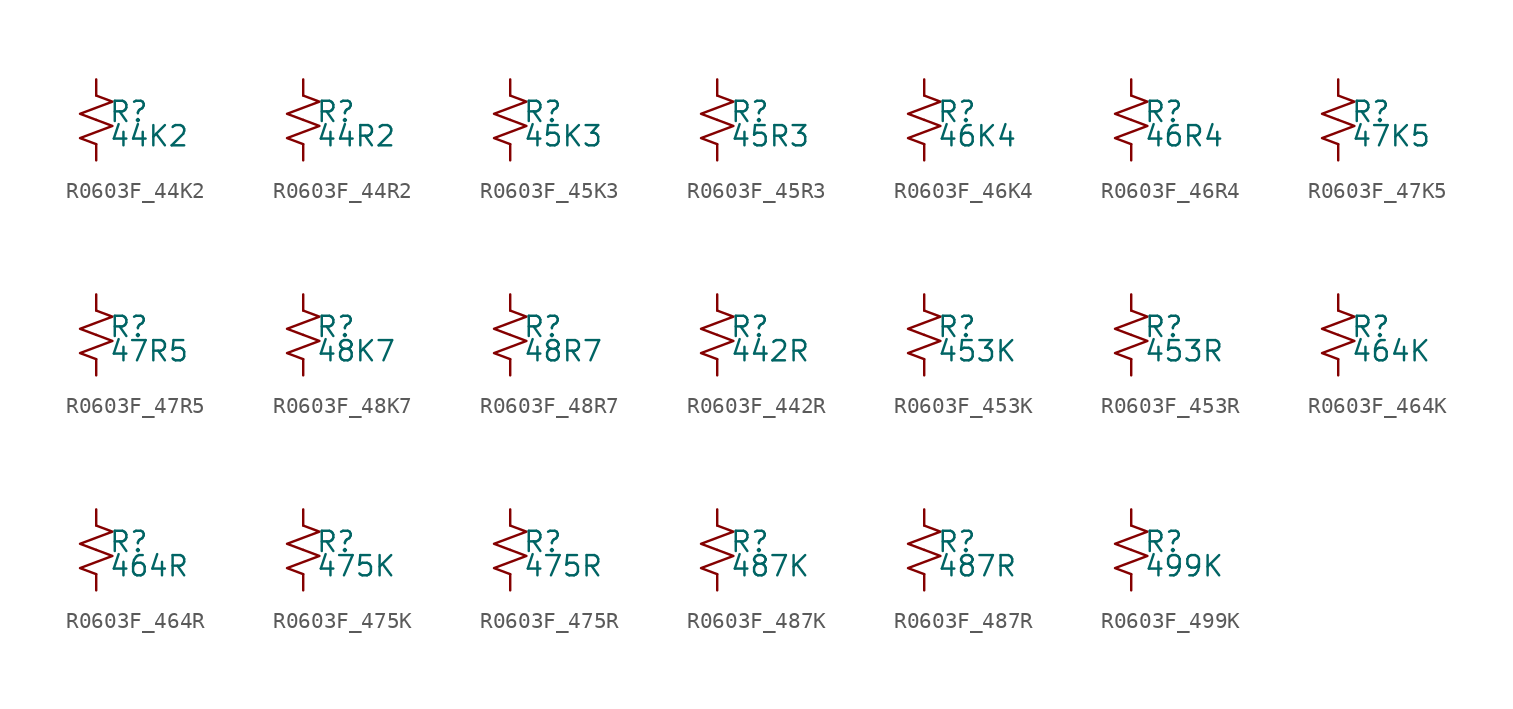
<source format=kicad_sym>
(kicad_symbol_lib
  (version 20220914)
  (generator kicad_symbol_editor)
  (symbol "R0603F_44K2"
    (pin_numbers hide)
    (pin_names
      (offset 0.254) hide)
    (property "Reference" "R"
      (at 0.762 0.508 0)
      (effects (font (size 1.27 1.27)) (justify left)))
    (property "Value" "44K2"
      (at 0.762 -1.016 0)
      (effects (font (size 1.27 1.27)) (justify left)))
    (symbol "R0603F_44K2_1_1"
      (polyline (pts (xy 0 0) (xy 1.016 -0.381) (xy 0 -0.762) (xy -1.016 -1.143) (xy 0 -1.524)) (stroke (width 0) (type default)) (fill (type none)))
      (polyline (pts (xy 0 1.524) (xy 1.016 1.143) (xy 0 0.762) (xy -1.016 0.381) (xy 0 0)) (stroke (width 0) (type default)) (fill (type none)))
      (pin passive line (at 0 2.54 270) (length 1.016) (name "~" (effects (font (size 1.27 1.27)))) (number "1" (effects (font (size 1.27 1.27)))))
      (pin passive line (at 0 -2.54 90) (length 1.016) (name "~" (effects (font (size 1.27 1.27)))) (number "2" (effects (font (size 1.27 1.27)))))))
  (symbol "R0603F_44R2"
    (pin_numbers hide)
    (pin_names
      (offset 0.254) hide)
    (property "Reference" "R"
      (at 0.762 0.508 0)
      (effects (font (size 1.27 1.27)) (justify left)))
    (property "Value" "44R2"
      (at 0.762 -1.016 0)
      (effects (font (size 1.27 1.27)) (justify left)))
    (symbol "R0603F_44R2_1_1"
      (polyline (pts (xy 0 0) (xy 1.016 -0.381) (xy 0 -0.762) (xy -1.016 -1.143) (xy 0 -1.524)) (stroke (width 0) (type default)) (fill (type none)))
      (polyline (pts (xy 0 1.524) (xy 1.016 1.143) (xy 0 0.762) (xy -1.016 0.381) (xy 0 0)) (stroke (width 0) (type default)) (fill (type none)))
      (pin passive line (at 0 2.54 270) (length 1.016) (name "~" (effects (font (size 1.27 1.27)))) (number "1" (effects (font (size 1.27 1.27)))))
      (pin passive line (at 0 -2.54 90) (length 1.016) (name "~" (effects (font (size 1.27 1.27)))) (number "2" (effects (font (size 1.27 1.27)))))))
  (symbol "R0603F_45K3"
    (pin_numbers hide)
    (pin_names
      (offset 0.254) hide)
    (property "Reference" "R"
      (at 0.762 0.508 0)
      (effects (font (size 1.27 1.27)) (justify left)))
    (property "Value" "45K3"
      (at 0.762 -1.016 0)
      (effects (font (size 1.27 1.27)) (justify left)))
    (symbol "R0603F_45K3_1_1"
      (polyline (pts (xy 0 0) (xy 1.016 -0.381) (xy 0 -0.762) (xy -1.016 -1.143) (xy 0 -1.524)) (stroke (width 0) (type default)) (fill (type none)))
      (polyline (pts (xy 0 1.524) (xy 1.016 1.143) (xy 0 0.762) (xy -1.016 0.381) (xy 0 0)) (stroke (width 0) (type default)) (fill (type none)))
      (pin passive line (at 0 2.54 270) (length 1.016) (name "~" (effects (font (size 1.27 1.27)))) (number "1" (effects (font (size 1.27 1.27)))))
      (pin passive line (at 0 -2.54 90) (length 1.016) (name "~" (effects (font (size 1.27 1.27)))) (number "2" (effects (font (size 1.27 1.27)))))))
  (symbol "R0603F_45R3"
    (pin_numbers hide)
    (pin_names
      (offset 0.254) hide)
    (property "Reference" "R"
      (at 0.762 0.508 0)
      (effects (font (size 1.27 1.27)) (justify left)))
    (property "Value" "45R3"
      (at 0.762 -1.016 0)
      (effects (font (size 1.27 1.27)) (justify left)))
    (symbol "R0603F_45R3_1_1"
      (polyline (pts (xy 0 0) (xy 1.016 -0.381) (xy 0 -0.762) (xy -1.016 -1.143) (xy 0 -1.524)) (stroke (width 0) (type default)) (fill (type none)))
      (polyline (pts (xy 0 1.524) (xy 1.016 1.143) (xy 0 0.762) (xy -1.016 0.381) (xy 0 0)) (stroke (width 0) (type default)) (fill (type none)))
      (pin passive line (at 0 2.54 270) (length 1.016) (name "~" (effects (font (size 1.27 1.27)))) (number "1" (effects (font (size 1.27 1.27)))))
      (pin passive line (at 0 -2.54 90) (length 1.016) (name "~" (effects (font (size 1.27 1.27)))) (number "2" (effects (font (size 1.27 1.27)))))))
  (symbol "R0603F_46K4"
    (pin_numbers hide)
    (pin_names
      (offset 0.254) hide)
    (property "Reference" "R"
      (at 0.762 0.508 0)
      (effects (font (size 1.27 1.27)) (justify left)))
    (property "Value" "46K4"
      (at 0.762 -1.016 0)
      (effects (font (size 1.27 1.27)) (justify left)))
    (symbol "R0603F_46K4_1_1"
      (polyline (pts (xy 0 0) (xy 1.016 -0.381) (xy 0 -0.762) (xy -1.016 -1.143) (xy 0 -1.524)) (stroke (width 0) (type default)) (fill (type none)))
      (polyline (pts (xy 0 1.524) (xy 1.016 1.143) (xy 0 0.762) (xy -1.016 0.381) (xy 0 0)) (stroke (width 0) (type default)) (fill (type none)))
      (pin passive line (at 0 2.54 270) (length 1.016) (name "~" (effects (font (size 1.27 1.27)))) (number "1" (effects (font (size 1.27 1.27)))))
      (pin passive line (at 0 -2.54 90) (length 1.016) (name "~" (effects (font (size 1.27 1.27)))) (number "2" (effects (font (size 1.27 1.27)))))))
  (symbol "R0603F_46R4"
    (pin_numbers hide)
    (pin_names
      (offset 0.254) hide)
    (property "Reference" "R"
      (at 0.762 0.508 0)
      (effects (font (size 1.27 1.27)) (justify left)))
    (property "Value" "46R4"
      (at 0.762 -1.016 0)
      (effects (font (size 1.27 1.27)) (justify left)))
    (symbol "R0603F_46R4_1_1"
      (polyline (pts (xy 0 0) (xy 1.016 -0.381) (xy 0 -0.762) (xy -1.016 -1.143) (xy 0 -1.524)) (stroke (width 0) (type default)) (fill (type none)))
      (polyline (pts (xy 0 1.524) (xy 1.016 1.143) (xy 0 0.762) (xy -1.016 0.381) (xy 0 0)) (stroke (width 0) (type default)) (fill (type none)))
      (pin passive line (at 0 2.54 270) (length 1.016) (name "~" (effects (font (size 1.27 1.27)))) (number "1" (effects (font (size 1.27 1.27)))))
      (pin passive line (at 0 -2.54 90) (length 1.016) (name "~" (effects (font (size 1.27 1.27)))) (number "2" (effects (font (size 1.27 1.27)))))))
  (symbol "R0603F_47K5"
    (pin_numbers hide)
    (pin_names
      (offset 0.254) hide)
    (property "Reference" "R"
      (at 0.762 0.508 0)
      (effects (font (size 1.27 1.27)) (justify left)))
    (property "Value" "47K5"
      (at 0.762 -1.016 0)
      (effects (font (size 1.27 1.27)) (justify left)))
    (symbol "R0603F_47K5_1_1"
      (polyline (pts (xy 0 0) (xy 1.016 -0.381) (xy 0 -0.762) (xy -1.016 -1.143) (xy 0 -1.524)) (stroke (width 0) (type default)) (fill (type none)))
      (polyline (pts (xy 0 1.524) (xy 1.016 1.143) (xy 0 0.762) (xy -1.016 0.381) (xy 0 0)) (stroke (width 0) (type default)) (fill (type none)))
      (pin passive line (at 0 2.54 270) (length 1.016) (name "~" (effects (font (size 1.27 1.27)))) (number "1" (effects (font (size 1.27 1.27)))))
      (pin passive line (at 0 -2.54 90) (length 1.016) (name "~" (effects (font (size 1.27 1.27)))) (number "2" (effects (font (size 1.27 1.27)))))))
  (symbol "R0603F_47R5"
    (pin_numbers hide)
    (pin_names
      (offset 0.254) hide)
    (property "Reference" "R"
      (at 0.762 0.508 0)
      (effects (font (size 1.27 1.27)) (justify left)))
    (property "Value" "47R5"
      (at 0.762 -1.016 0)
      (effects (font (size 1.27 1.27)) (justify left)))
    (symbol "R0603F_47R5_1_1"
      (polyline (pts (xy 0 0) (xy 1.016 -0.381) (xy 0 -0.762) (xy -1.016 -1.143) (xy 0 -1.524)) (stroke (width 0) (type default)) (fill (type none)))
      (polyline (pts (xy 0 1.524) (xy 1.016 1.143) (xy 0 0.762) (xy -1.016 0.381) (xy 0 0)) (stroke (width 0) (type default)) (fill (type none)))
      (pin passive line (at 0 2.54 270) (length 1.016) (name "~" (effects (font (size 1.27 1.27)))) (number "1" (effects (font (size 1.27 1.27)))))
      (pin passive line (at 0 -2.54 90) (length 1.016) (name "~" (effects (font (size 1.27 1.27)))) (number "2" (effects (font (size 1.27 1.27)))))))
  (symbol "R0603F_48K7"
    (pin_numbers hide)
    (pin_names
      (offset 0.254) hide)
    (property "Reference" "R"
      (at 0.762 0.508 0)
      (effects (font (size 1.27 1.27)) (justify left)))
    (property "Value" "48K7"
      (at 0.762 -1.016 0)
      (effects (font (size 1.27 1.27)) (justify left)))
    (symbol "R0603F_48K7_1_1"
      (polyline (pts (xy 0 0) (xy 1.016 -0.381) (xy 0 -0.762) (xy -1.016 -1.143) (xy 0 -1.524)) (stroke (width 0) (type default)) (fill (type none)))
      (polyline (pts (xy 0 1.524) (xy 1.016 1.143) (xy 0 0.762) (xy -1.016 0.381) (xy 0 0)) (stroke (width 0) (type default)) (fill (type none)))
      (pin passive line (at 0 2.54 270) (length 1.016) (name "~" (effects (font (size 1.27 1.27)))) (number "1" (effects (font (size 1.27 1.27)))))
      (pin passive line (at 0 -2.54 90) (length 1.016) (name "~" (effects (font (size 1.27 1.27)))) (number "2" (effects (font (size 1.27 1.27)))))))
  (symbol "R0603F_48R7"
    (pin_numbers hide)
    (pin_names
      (offset 0.254) hide)
    (property "Reference" "R"
      (at 0.762 0.508 0)
      (effects (font (size 1.27 1.27)) (justify left)))
    (property "Value" "48R7"
      (at 0.762 -1.016 0)
      (effects (font (size 1.27 1.27)) (justify left)))
    (symbol "R0603F_48R7_1_1"
      (polyline (pts (xy 0 0) (xy 1.016 -0.381) (xy 0 -0.762) (xy -1.016 -1.143) (xy 0 -1.524)) (stroke (width 0) (type default)) (fill (type none)))
      (polyline (pts (xy 0 1.524) (xy 1.016 1.143) (xy 0 0.762) (xy -1.016 0.381) (xy 0 0)) (stroke (width 0) (type default)) (fill (type none)))
      (pin passive line (at 0 2.54 270) (length 1.016) (name "~" (effects (font (size 1.27 1.27)))) (number "1" (effects (font (size 1.27 1.27)))))
      (pin passive line (at 0 -2.54 90) (length 1.016) (name "~" (effects (font (size 1.27 1.27)))) (number "2" (effects (font (size 1.27 1.27)))))))
  (symbol "R0603F_442R"
    (pin_numbers hide)
    (pin_names
      (offset 0.254) hide)
    (property "Reference" "R"
      (at 0.762 0.508 0)
      (effects (font (size 1.27 1.27)) (justify left)))
    (property "Value" "442R"
      (at 0.762 -1.016 0)
      (effects (font (size 1.27 1.27)) (justify left)))
    (symbol "R0603F_442R_1_1"
      (polyline (pts (xy 0 0) (xy 1.016 -0.381) (xy 0 -0.762) (xy -1.016 -1.143) (xy 0 -1.524)) (stroke (width 0) (type default)) (fill (type none)))
      (polyline (pts (xy 0 1.524) (xy 1.016 1.143) (xy 0 0.762) (xy -1.016 0.381) (xy 0 0)) (stroke (width 0) (type default)) (fill (type none)))
      (pin passive line (at 0 2.54 270) (length 1.016) (name "~" (effects (font (size 1.27 1.27)))) (number "1" (effects (font (size 1.27 1.27)))))
      (pin passive line (at 0 -2.54 90) (length 1.016) (name "~" (effects (font (size 1.27 1.27)))) (number "2" (effects (font (size 1.27 1.27)))))))
  (symbol "R0603F_453K"
    (pin_numbers hide)
    (pin_names
      (offset 0.254) hide)
    (property "Reference" "R"
      (at 0.762 0.508 0)
      (effects (font (size 1.27 1.27)) (justify left)))
    (property "Value" "453K"
      (at 0.762 -1.016 0)
      (effects (font (size 1.27 1.27)) (justify left)))
    (symbol "R0603F_453K_1_1"
      (polyline (pts (xy 0 0) (xy 1.016 -0.381) (xy 0 -0.762) (xy -1.016 -1.143) (xy 0 -1.524)) (stroke (width 0) (type default)) (fill (type none)))
      (polyline (pts (xy 0 1.524) (xy 1.016 1.143) (xy 0 0.762) (xy -1.016 0.381) (xy 0 0)) (stroke (width 0) (type default)) (fill (type none)))
      (pin passive line (at 0 2.54 270) (length 1.016) (name "~" (effects (font (size 1.27 1.27)))) (number "1" (effects (font (size 1.27 1.27)))))
      (pin passive line (at 0 -2.54 90) (length 1.016) (name "~" (effects (font (size 1.27 1.27)))) (number "2" (effects (font (size 1.27 1.27)))))))
  (symbol "R0603F_453R"
    (pin_numbers hide)
    (pin_names
      (offset 0.254) hide)
    (property "Reference" "R"
      (at 0.762 0.508 0)
      (effects (font (size 1.27 1.27)) (justify left)))
    (property "Value" "453R"
      (at 0.762 -1.016 0)
      (effects (font (size 1.27 1.27)) (justify left)))
    (symbol "R0603F_453R_1_1"
      (polyline (pts (xy 0 0) (xy 1.016 -0.381) (xy 0 -0.762) (xy -1.016 -1.143) (xy 0 -1.524)) (stroke (width 0) (type default)) (fill (type none)))
      (polyline (pts (xy 0 1.524) (xy 1.016 1.143) (xy 0 0.762) (xy -1.016 0.381) (xy 0 0)) (stroke (width 0) (type default)) (fill (type none)))
      (pin passive line (at 0 2.54 270) (length 1.016) (name "~" (effects (font (size 1.27 1.27)))) (number "1" (effects (font (size 1.27 1.27)))))
      (pin passive line (at 0 -2.54 90) (length 1.016) (name "~" (effects (font (size 1.27 1.27)))) (number "2" (effects (font (size 1.27 1.27)))))))
  (symbol "R0603F_464K"
    (pin_numbers hide)
    (pin_names
      (offset 0.254) hide)
    (property "Reference" "R"
      (at 0.762 0.508 0)
      (effects (font (size 1.27 1.27)) (justify left)))
    (property "Value" "464K"
      (at 0.762 -1.016 0)
      (effects (font (size 1.27 1.27)) (justify left)))
    (symbol "R0603F_464K_1_1"
      (polyline (pts (xy 0 0) (xy 1.016 -0.381) (xy 0 -0.762) (xy -1.016 -1.143) (xy 0 -1.524)) (stroke (width 0) (type default)) (fill (type none)))
      (polyline (pts (xy 0 1.524) (xy 1.016 1.143) (xy 0 0.762) (xy -1.016 0.381) (xy 0 0)) (stroke (width 0) (type default)) (fill (type none)))
      (pin passive line (at 0 2.54 270) (length 1.016) (name "~" (effects (font (size 1.27 1.27)))) (number "1" (effects (font (size 1.27 1.27)))))
      (pin passive line (at 0 -2.54 90) (length 1.016) (name "~" (effects (font (size 1.27 1.27)))) (number "2" (effects (font (size 1.27 1.27)))))))
  (symbol "R0603F_464R"
    (pin_numbers hide)
    (pin_names
      (offset 0.254) hide)
    (property "Reference" "R"
      (at 0.762 0.508 0)
      (effects (font (size 1.27 1.27)) (justify left)))
    (property "Value" "464R"
      (at 0.762 -1.016 0)
      (effects (font (size 1.27 1.27)) (justify left)))
    (symbol "R0603F_464R_1_1"
      (polyline (pts (xy 0 0) (xy 1.016 -0.381) (xy 0 -0.762) (xy -1.016 -1.143) (xy 0 -1.524)) (stroke (width 0) (type default)) (fill (type none)))
      (polyline (pts (xy 0 1.524) (xy 1.016 1.143) (xy 0 0.762) (xy -1.016 0.381) (xy 0 0)) (stroke (width 0) (type default)) (fill (type none)))
      (pin passive line (at 0 2.54 270) (length 1.016) (name "~" (effects (font (size 1.27 1.27)))) (number "1" (effects (font (size 1.27 1.27)))))
      (pin passive line (at 0 -2.54 90) (length 1.016) (name "~" (effects (font (size 1.27 1.27)))) (number "2" (effects (font (size 1.27 1.27)))))))
  (symbol "R0603F_475K"
    (pin_numbers hide)
    (pin_names
      (offset 0.254) hide)
    (property "Reference" "R"
      (at 0.762 0.508 0)
      (effects (font (size 1.27 1.27)) (justify left)))
    (property "Value" "475K"
      (at 0.762 -1.016 0)
      (effects (font (size 1.27 1.27)) (justify left)))
    (symbol "R0603F_475K_1_1"
      (polyline (pts (xy 0 0) (xy 1.016 -0.381) (xy 0 -0.762) (xy -1.016 -1.143) (xy 0 -1.524)) (stroke (width 0) (type default)) (fill (type none)))
      (polyline (pts (xy 0 1.524) (xy 1.016 1.143) (xy 0 0.762) (xy -1.016 0.381) (xy 0 0)) (stroke (width 0) (type default)) (fill (type none)))
      (pin passive line (at 0 2.54 270) (length 1.016) (name "~" (effects (font (size 1.27 1.27)))) (number "1" (effects (font (size 1.27 1.27)))))
      (pin passive line (at 0 -2.54 90) (length 1.016) (name "~" (effects (font (size 1.27 1.27)))) (number "2" (effects (font (size 1.27 1.27)))))))
  (symbol "R0603F_475R"
    (pin_numbers hide)
    (pin_names
      (offset 0.254) hide)
    (property "Reference" "R"
      (at 0.762 0.508 0)
      (effects (font (size 1.27 1.27)) (justify left)))
    (property "Value" "475R"
      (at 0.762 -1.016 0)
      (effects (font (size 1.27 1.27)) (justify left)))
    (symbol "R0603F_475R_1_1"
      (polyline (pts (xy 0 0) (xy 1.016 -0.381) (xy 0 -0.762) (xy -1.016 -1.143) (xy 0 -1.524)) (stroke (width 0) (type default)) (fill (type none)))
      (polyline (pts (xy 0 1.524) (xy 1.016 1.143) (xy 0 0.762) (xy -1.016 0.381) (xy 0 0)) (stroke (width 0) (type default)) (fill (type none)))
      (pin passive line (at 0 2.54 270) (length 1.016) (name "~" (effects (font (size 1.27 1.27)))) (number "1" (effects (font (size 1.27 1.27)))))
      (pin passive line (at 0 -2.54 90) (length 1.016) (name "~" (effects (font (size 1.27 1.27)))) (number "2" (effects (font (size 1.27 1.27)))))))
  (symbol "R0603F_487K"
    (pin_numbers hide)
    (pin_names
      (offset 0.254) hide)
    (property "Reference" "R"
      (at 0.762 0.508 0)
      (effects (font (size 1.27 1.27)) (justify left)))
    (property "Value" "487K"
      (at 0.762 -1.016 0)
      (effects (font (size 1.27 1.27)) (justify left)))
    (symbol "R0603F_487K_1_1"
      (polyline (pts (xy 0 0) (xy 1.016 -0.381) (xy 0 -0.762) (xy -1.016 -1.143) (xy 0 -1.524)) (stroke (width 0) (type default)) (fill (type none)))
      (polyline (pts (xy 0 1.524) (xy 1.016 1.143) (xy 0 0.762) (xy -1.016 0.381) (xy 0 0)) (stroke (width 0) (type default)) (fill (type none)))
      (pin passive line (at 0 2.54 270) (length 1.016) (name "~" (effects (font (size 1.27 1.27)))) (number "1" (effects (font (size 1.27 1.27)))))
      (pin passive line (at 0 -2.54 90) (length 1.016) (name "~" (effects (font (size 1.27 1.27)))) (number "2" (effects (font (size 1.27 1.27)))))))
  (symbol "R0603F_487R"
    (pin_numbers hide)
    (pin_names
      (offset 0.254) hide)
    (property "Reference" "R"
      (at 0.762 0.508 0)
      (effects (font (size 1.27 1.27)) (justify left)))
    (property "Value" "487R"
      (at 0.762 -1.016 0)
      (effects (font (size 1.27 1.27)) (justify left)))
    (symbol "R0603F_487R_1_1"
      (polyline (pts (xy 0 0) (xy 1.016 -0.381) (xy 0 -0.762) (xy -1.016 -1.143) (xy 0 -1.524)) (stroke (width 0) (type default)) (fill (type none)))
      (polyline (pts (xy 0 1.524) (xy 1.016 1.143) (xy 0 0.762) (xy -1.016 0.381) (xy 0 0)) (stroke (width 0) (type default)) (fill (type none)))
      (pin passive line (at 0 2.54 270) (length 1.016) (name "~" (effects (font (size 1.27 1.27)))) (number "1" (effects (font (size 1.27 1.27)))))
      (pin passive line (at 0 -2.54 90) (length 1.016) (name "~" (effects (font (size 1.27 1.27)))) (number "2" (effects (font (size 1.27 1.27)))))))
  (symbol "R0603F_499K"
    (pin_numbers hide)
    (pin_names
      (offset 0.254) hide)
    (property "Reference" "R"
      (at 0.762 0.508 0)
      (effects (font (size 1.27 1.27)) (justify left)))
    (property "Value" "499K"
      (at 0.762 -1.016 0)
      (effects (font (size 1.27 1.27)) (justify left)))
    (symbol "R0603F_499K_1_1"
      (polyline (pts (xy 0 0) (xy 1.016 -0.381) (xy 0 -0.762) (xy -1.016 -1.143) (xy 0 -1.524)) (stroke (width 0) (type default)) (fill (type none)))
      (polyline (pts (xy 0 1.524) (xy 1.016 1.143) (xy 0 0.762) (xy -1.016 0.381) (xy 0 0)) (stroke (width 0) (type default)) (fill (type none)))
      (pin passive line (at 0 2.54 270) (length 1.016) (name "~" (effects (font (size 1.27 1.27)))) (number "1" (effects (font (size 1.27 1.27)))))
      (pin passive line (at 0 -2.54 90) (length 1.016) (name "~" (effects (font (size 1.27 1.27)))) (number "2" (effects (font (size 1.27 1.27))))))))
</source>
